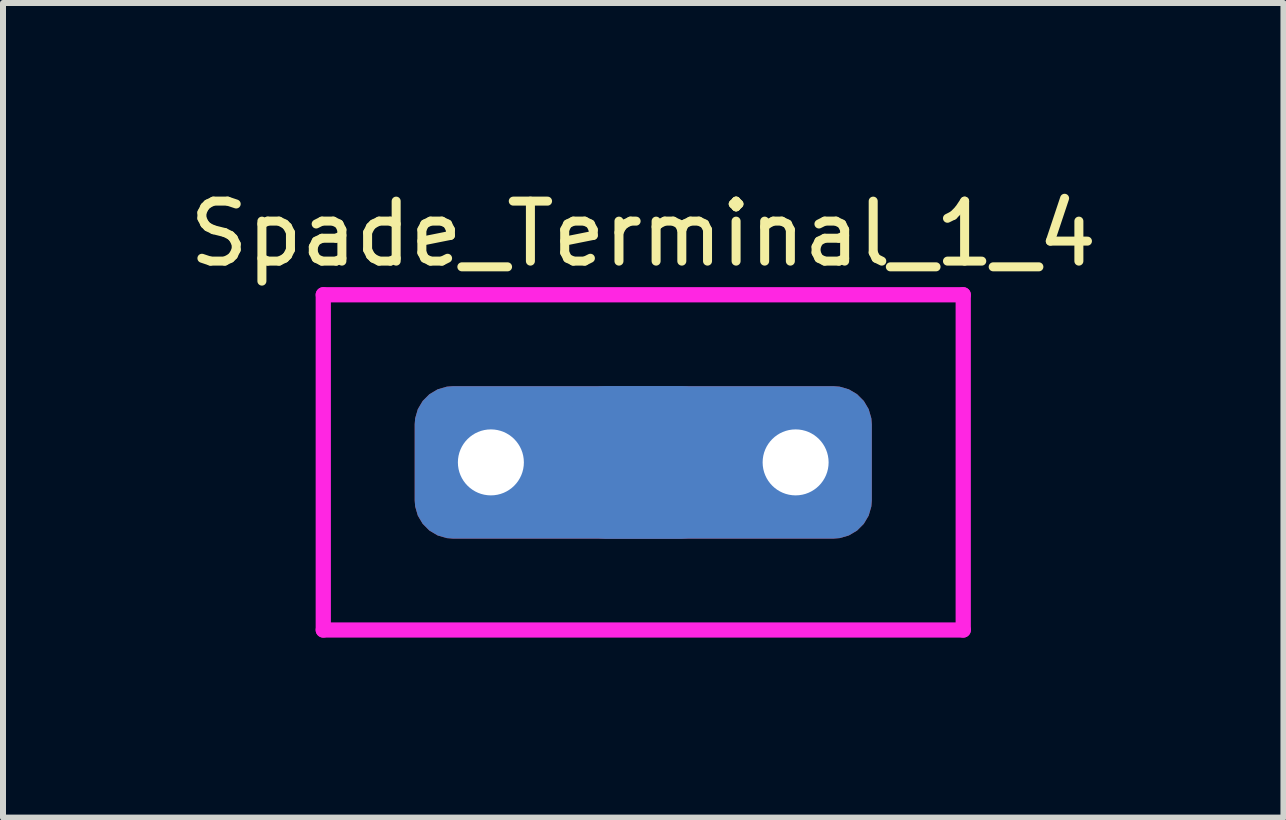
<source format=kicad_pcb>
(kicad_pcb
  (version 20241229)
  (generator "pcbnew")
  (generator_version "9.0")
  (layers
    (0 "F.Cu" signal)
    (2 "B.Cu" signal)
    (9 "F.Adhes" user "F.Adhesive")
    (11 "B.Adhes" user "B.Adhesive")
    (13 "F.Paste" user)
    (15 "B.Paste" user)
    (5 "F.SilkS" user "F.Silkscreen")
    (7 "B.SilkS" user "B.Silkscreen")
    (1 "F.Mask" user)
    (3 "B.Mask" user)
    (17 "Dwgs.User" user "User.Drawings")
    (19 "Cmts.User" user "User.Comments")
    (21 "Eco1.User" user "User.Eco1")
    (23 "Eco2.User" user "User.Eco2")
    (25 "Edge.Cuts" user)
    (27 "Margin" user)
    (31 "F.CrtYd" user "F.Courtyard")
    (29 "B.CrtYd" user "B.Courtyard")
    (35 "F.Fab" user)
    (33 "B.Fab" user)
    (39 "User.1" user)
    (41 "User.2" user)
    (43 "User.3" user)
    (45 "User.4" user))
  (footprint "Spade_Terminal_1_4"
    (layer "F.Cu")
    (at 7.673 4.658)
    (property "Reference" "Spade_Terminal_1_4" (at 0 -3.81 0) (layer "F.SilkS") (effects (font (size 1 1) (thickness 0.15))))
    (attr through_hole)
    (fp_line (start -5.334 -2.794) (end 5.334 -2.794) (stroke (width 0.254) (type solid)) (layer "F.CrtYd"))
    (fp_line (start -5.334 2.794) (end -5.334 -2.794) (stroke (width 0.254) (type solid)) (layer "F.CrtYd"))
    (fp_line (start 5.334 -2.794) (end 5.334 2.794) (stroke (width 0.254) (type solid)) (layer "F.CrtYd"))
    (fp_line (start 5.334 2.794) (end -5.334 2.794) (stroke (width 0.254) (type solid)) (layer "F.CrtYd"))
    (pad "1" thru_hole roundrect (at -2.54 0) (size 5.08 2.54) (drill 1.1 (offset 1.27 0)) (layers "*.Cu" "*.Mask") (roundrect_rratio 0.25))
    (pad "1" thru_hole roundrect (at 2.54 0) (size 5.08 2.54) (drill 1.1 (offset -1.27 0)) (layers "*.Cu" "*.Mask") (roundrect_rratio 0.25)))
  (gr_rect
    (start -3 -3)
    (end 18.345 10.579)
    (stroke (width 0.1) (type default))
    (fill no)
    (layer "Edge.Cuts")))
</source>
